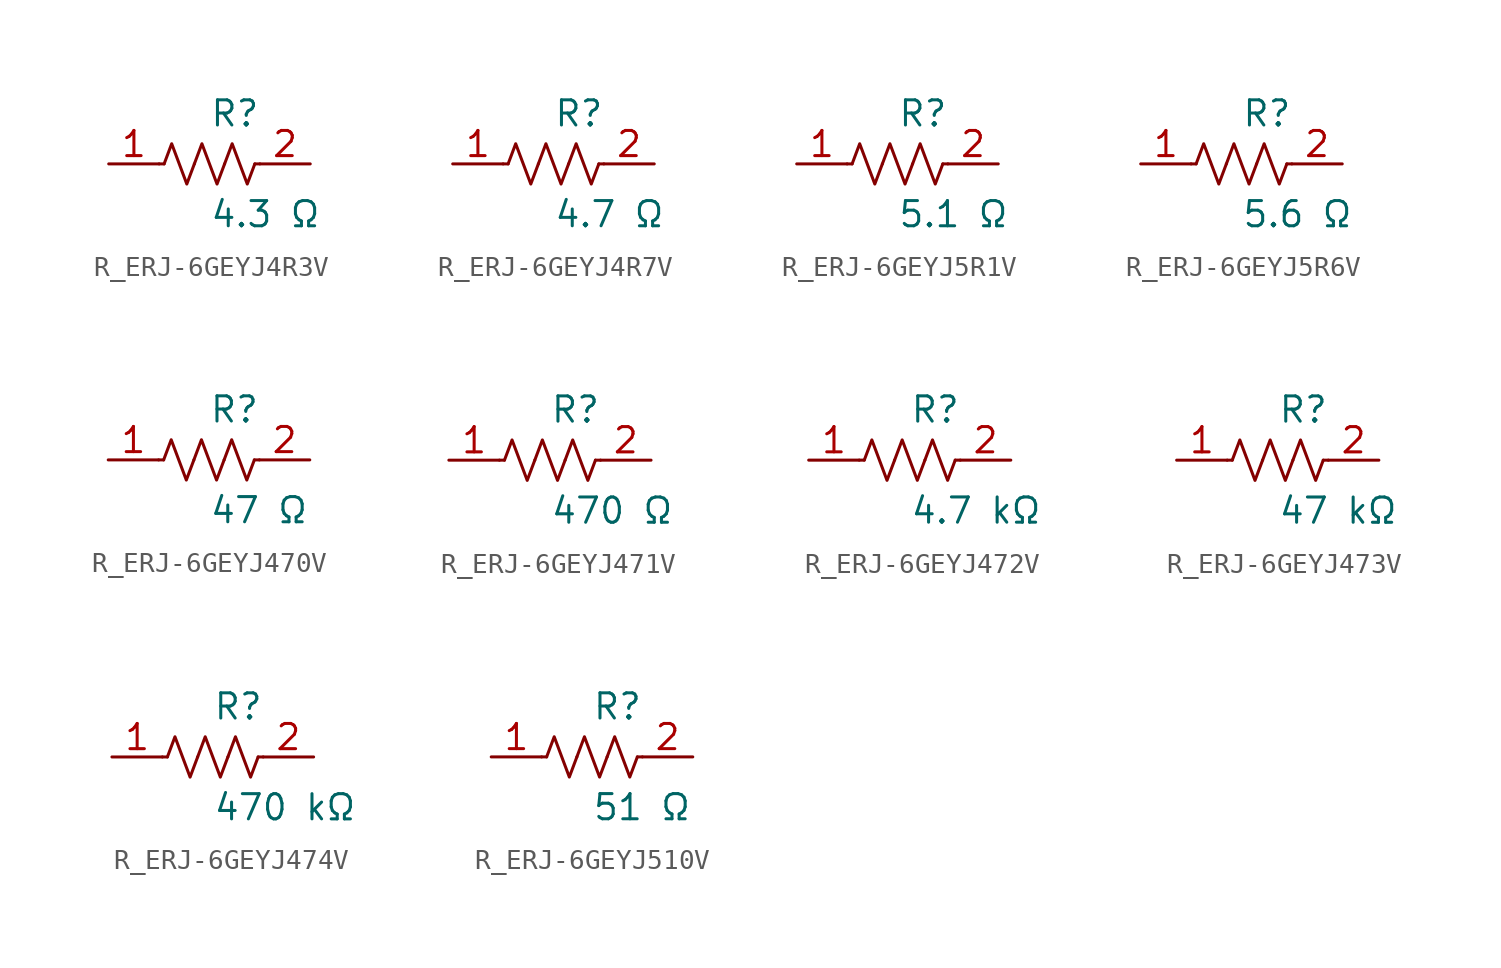
<source format=kicad_sym>
(kicad_symbol_lib
  (version 20231120)
  (generator kicad_symbol_editor)
  (generator_version 8.0)
  (symbol "R_ERJ-6GEYJ4R3V"
    (pin_names
      (offset 0.254))
    (property "Reference" "R"
      (at 0 2.54 0)
      (effects (font (size 1.27 1.27)) (justify left)))
    (property "Value" "4.3 Ω"
      (at 0 -2.54 0)
      (effects (font (size 1.27 1.27)) (justify left)))
    (symbol "R_ERJ-6GEYJ4R3V_0_1"
      (polyline (pts (xy 2.286 0) (xy 2.54 0)) (stroke (width 0) (type default)) (fill (type none)))
      (polyline (pts (xy -2.286 0) (xy -2.54 0)) (stroke (width 0) (type default)) (fill (type none)))
      (polyline (pts (xy 0.762 0) (xy 1.143 1.016) (xy 1.524 0) (xy 1.905 -1.016) (xy 2.286 0)) (stroke (width 0) (type default)) (fill (type none)))
      (polyline (pts (xy -0.762 0) (xy -0.381 1.016) (xy 0 0) (xy 0.381 -1.016) (xy 0.762 0)) (stroke (width 0) (type default)) (fill (type none)))
      (polyline (pts (xy -2.286 0) (xy -1.905 1.016) (xy -1.524 0) (xy -1.143 -1.016) (xy -0.762 0)) (stroke (width 0) (type default)) (fill (type none))))
    (pin passive line
      (at -5.08 0 0)
      (length 2.54)
      (name "" (effects (font (size 1.27 1.27))))
      (number "1" (effects (font (size 1.27 1.27)))))
    (pin passive line
      (at 5.08 0 180)
      (length 2.54)
      (name "" (effects (font (size 1.27 1.27))))
      (number "2" (effects (font (size 1.27 1.27))))))
  (symbol "R_ERJ-6GEYJ4R7V"
    (pin_names
      (offset 0.254))
    (property "Reference" "R"
      (at 0 2.54 0)
      (effects (font (size 1.27 1.27)) (justify left)))
    (property "Value" "4.7 Ω"
      (at 0 -2.54 0)
      (effects (font (size 1.27 1.27)) (justify left)))
    (symbol "R_ERJ-6GEYJ4R7V_0_1"
      (polyline (pts (xy 2.286 0) (xy 2.54 0)) (stroke (width 0) (type default)) (fill (type none)))
      (polyline (pts (xy -2.286 0) (xy -2.54 0)) (stroke (width 0) (type default)) (fill (type none)))
      (polyline (pts (xy 0.762 0) (xy 1.143 1.016) (xy 1.524 0) (xy 1.905 -1.016) (xy 2.286 0)) (stroke (width 0) (type default)) (fill (type none)))
      (polyline (pts (xy -0.762 0) (xy -0.381 1.016) (xy 0 0) (xy 0.381 -1.016) (xy 0.762 0)) (stroke (width 0) (type default)) (fill (type none)))
      (polyline (pts (xy -2.286 0) (xy -1.905 1.016) (xy -1.524 0) (xy -1.143 -1.016) (xy -0.762 0)) (stroke (width 0) (type default)) (fill (type none))))
    (pin passive line
      (at -5.08 0 0)
      (length 2.54)
      (name "" (effects (font (size 1.27 1.27))))
      (number "1" (effects (font (size 1.27 1.27)))))
    (pin passive line
      (at 5.08 0 180)
      (length 2.54)
      (name "" (effects (font (size 1.27 1.27))))
      (number "2" (effects (font (size 1.27 1.27))))))
  (symbol "R_ERJ-6GEYJ5R1V"
    (pin_names
      (offset 0.254))
    (property "Reference" "R"
      (at 0 2.54 0)
      (effects (font (size 1.27 1.27)) (justify left)))
    (property "Value" "5.1 Ω"
      (at 0 -2.54 0)
      (effects (font (size 1.27 1.27)) (justify left)))
    (symbol "R_ERJ-6GEYJ5R1V_0_1"
      (polyline (pts (xy 2.286 0) (xy 2.54 0)) (stroke (width 0) (type default)) (fill (type none)))
      (polyline (pts (xy -2.286 0) (xy -2.54 0)) (stroke (width 0) (type default)) (fill (type none)))
      (polyline (pts (xy 0.762 0) (xy 1.143 1.016) (xy 1.524 0) (xy 1.905 -1.016) (xy 2.286 0)) (stroke (width 0) (type default)) (fill (type none)))
      (polyline (pts (xy -0.762 0) (xy -0.381 1.016) (xy 0 0) (xy 0.381 -1.016) (xy 0.762 0)) (stroke (width 0) (type default)) (fill (type none)))
      (polyline (pts (xy -2.286 0) (xy -1.905 1.016) (xy -1.524 0) (xy -1.143 -1.016) (xy -0.762 0)) (stroke (width 0) (type default)) (fill (type none))))
    (pin passive line
      (at -5.08 0 0)
      (length 2.54)
      (name "" (effects (font (size 1.27 1.27))))
      (number "1" (effects (font (size 1.27 1.27)))))
    (pin passive line
      (at 5.08 0 180)
      (length 2.54)
      (name "" (effects (font (size 1.27 1.27))))
      (number "2" (effects (font (size 1.27 1.27))))))
  (symbol "R_ERJ-6GEYJ5R6V"
    (pin_names
      (offset 0.254))
    (property "Reference" "R"
      (at 0 2.54 0)
      (effects (font (size 1.27 1.27)) (justify left)))
    (property "Value" "5.6 Ω"
      (at 0 -2.54 0)
      (effects (font (size 1.27 1.27)) (justify left)))
    (symbol "R_ERJ-6GEYJ5R6V_0_1"
      (polyline (pts (xy 2.286 0) (xy 2.54 0)) (stroke (width 0) (type default)) (fill (type none)))
      (polyline (pts (xy -2.286 0) (xy -2.54 0)) (stroke (width 0) (type default)) (fill (type none)))
      (polyline (pts (xy 0.762 0) (xy 1.143 1.016) (xy 1.524 0) (xy 1.905 -1.016) (xy 2.286 0)) (stroke (width 0) (type default)) (fill (type none)))
      (polyline (pts (xy -0.762 0) (xy -0.381 1.016) (xy 0 0) (xy 0.381 -1.016) (xy 0.762 0)) (stroke (width 0) (type default)) (fill (type none)))
      (polyline (pts (xy -2.286 0) (xy -1.905 1.016) (xy -1.524 0) (xy -1.143 -1.016) (xy -0.762 0)) (stroke (width 0) (type default)) (fill (type none))))
    (pin passive line
      (at -5.08 0 0)
      (length 2.54)
      (name "" (effects (font (size 1.27 1.27))))
      (number "1" (effects (font (size 1.27 1.27)))))
    (pin passive line
      (at 5.08 0 180)
      (length 2.54)
      (name "" (effects (font (size 1.27 1.27))))
      (number "2" (effects (font (size 1.27 1.27))))))
  (symbol "R_ERJ-6GEYJ470V"
    (pin_names
      (offset 0.254))
    (property "Reference" "R"
      (at 0 2.54 0)
      (effects (font (size 1.27 1.27)) (justify left)))
    (property "Value" "47 Ω"
      (at 0 -2.54 0)
      (effects (font (size 1.27 1.27)) (justify left)))
    (symbol "R_ERJ-6GEYJ470V_0_1"
      (polyline (pts (xy 2.286 0) (xy 2.54 0)) (stroke (width 0) (type default)) (fill (type none)))
      (polyline (pts (xy -2.286 0) (xy -2.54 0)) (stroke (width 0) (type default)) (fill (type none)))
      (polyline (pts (xy 0.762 0) (xy 1.143 1.016) (xy 1.524 0) (xy 1.905 -1.016) (xy 2.286 0)) (stroke (width 0) (type default)) (fill (type none)))
      (polyline (pts (xy -0.762 0) (xy -0.381 1.016) (xy 0 0) (xy 0.381 -1.016) (xy 0.762 0)) (stroke (width 0) (type default)) (fill (type none)))
      (polyline (pts (xy -2.286 0) (xy -1.905 1.016) (xy -1.524 0) (xy -1.143 -1.016) (xy -0.762 0)) (stroke (width 0) (type default)) (fill (type none))))
    (pin passive line
      (at -5.08 0 0)
      (length 2.54)
      (name "" (effects (font (size 1.27 1.27))))
      (number "1" (effects (font (size 1.27 1.27)))))
    (pin passive line
      (at 5.08 0 180)
      (length 2.54)
      (name "" (effects (font (size 1.27 1.27))))
      (number "2" (effects (font (size 1.27 1.27))))))
  (symbol "R_ERJ-6GEYJ471V"
    (pin_names
      (offset 0.254))
    (property "Reference" "R"
      (at 0 2.54 0)
      (effects (font (size 1.27 1.27)) (justify left)))
    (property "Value" "470 Ω"
      (at 0 -2.54 0)
      (effects (font (size 1.27 1.27)) (justify left)))
    (symbol "R_ERJ-6GEYJ471V_0_1"
      (polyline (pts (xy 2.286 0) (xy 2.54 0)) (stroke (width 0) (type default)) (fill (type none)))
      (polyline (pts (xy -2.286 0) (xy -2.54 0)) (stroke (width 0) (type default)) (fill (type none)))
      (polyline (pts (xy 0.762 0) (xy 1.143 1.016) (xy 1.524 0) (xy 1.905 -1.016) (xy 2.286 0)) (stroke (width 0) (type default)) (fill (type none)))
      (polyline (pts (xy -0.762 0) (xy -0.381 1.016) (xy 0 0) (xy 0.381 -1.016) (xy 0.762 0)) (stroke (width 0) (type default)) (fill (type none)))
      (polyline (pts (xy -2.286 0) (xy -1.905 1.016) (xy -1.524 0) (xy -1.143 -1.016) (xy -0.762 0)) (stroke (width 0) (type default)) (fill (type none))))
    (pin passive line
      (at -5.08 0 0)
      (length 2.54)
      (name "" (effects (font (size 1.27 1.27))))
      (number "1" (effects (font (size 1.27 1.27)))))
    (pin passive line
      (at 5.08 0 180)
      (length 2.54)
      (name "" (effects (font (size 1.27 1.27))))
      (number "2" (effects (font (size 1.27 1.27))))))
  (symbol "R_ERJ-6GEYJ472V"
    (pin_names
      (offset 0.254))
    (property "Reference" "R"
      (at 0 2.54 0)
      (effects (font (size 1.27 1.27)) (justify left)))
    (property "Value" "4.7 kΩ"
      (at 0 -2.54 0)
      (effects (font (size 1.27 1.27)) (justify left)))
    (symbol "R_ERJ-6GEYJ472V_0_1"
      (polyline (pts (xy 2.286 0) (xy 2.54 0)) (stroke (width 0) (type default)) (fill (type none)))
      (polyline (pts (xy -2.286 0) (xy -2.54 0)) (stroke (width 0) (type default)) (fill (type none)))
      (polyline (pts (xy 0.762 0) (xy 1.143 1.016) (xy 1.524 0) (xy 1.905 -1.016) (xy 2.286 0)) (stroke (width 0) (type default)) (fill (type none)))
      (polyline (pts (xy -0.762 0) (xy -0.381 1.016) (xy 0 0) (xy 0.381 -1.016) (xy 0.762 0)) (stroke (width 0) (type default)) (fill (type none)))
      (polyline (pts (xy -2.286 0) (xy -1.905 1.016) (xy -1.524 0) (xy -1.143 -1.016) (xy -0.762 0)) (stroke (width 0) (type default)) (fill (type none))))
    (pin passive line
      (at -5.08 0 0)
      (length 2.54)
      (name "" (effects (font (size 1.27 1.27))))
      (number "1" (effects (font (size 1.27 1.27)))))
    (pin passive line
      (at 5.08 0 180)
      (length 2.54)
      (name "" (effects (font (size 1.27 1.27))))
      (number "2" (effects (font (size 1.27 1.27))))))
  (symbol "R_ERJ-6GEYJ473V"
    (pin_names
      (offset 0.254))
    (property "Reference" "R"
      (at 0 2.54 0)
      (effects (font (size 1.27 1.27)) (justify left)))
    (property "Value" "47 kΩ"
      (at 0 -2.54 0)
      (effects (font (size 1.27 1.27)) (justify left)))
    (symbol "R_ERJ-6GEYJ473V_0_1"
      (polyline (pts (xy 2.286 0) (xy 2.54 0)) (stroke (width 0) (type default)) (fill (type none)))
      (polyline (pts (xy -2.286 0) (xy -2.54 0)) (stroke (width 0) (type default)) (fill (type none)))
      (polyline (pts (xy 0.762 0) (xy 1.143 1.016) (xy 1.524 0) (xy 1.905 -1.016) (xy 2.286 0)) (stroke (width 0) (type default)) (fill (type none)))
      (polyline (pts (xy -0.762 0) (xy -0.381 1.016) (xy 0 0) (xy 0.381 -1.016) (xy 0.762 0)) (stroke (width 0) (type default)) (fill (type none)))
      (polyline (pts (xy -2.286 0) (xy -1.905 1.016) (xy -1.524 0) (xy -1.143 -1.016) (xy -0.762 0)) (stroke (width 0) (type default)) (fill (type none))))
    (pin passive line
      (at -5.08 0 0)
      (length 2.54)
      (name "" (effects (font (size 1.27 1.27))))
      (number "1" (effects (font (size 1.27 1.27)))))
    (pin passive line
      (at 5.08 0 180)
      (length 2.54)
      (name "" (effects (font (size 1.27 1.27))))
      (number "2" (effects (font (size 1.27 1.27))))))
  (symbol "R_ERJ-6GEYJ474V"
    (pin_names
      (offset 0.254))
    (property "Reference" "R"
      (at 0 2.54 0)
      (effects (font (size 1.27 1.27)) (justify left)))
    (property "Value" "470 kΩ"
      (at 0 -2.54 0)
      (effects (font (size 1.27 1.27)) (justify left)))
    (symbol "R_ERJ-6GEYJ474V_0_1"
      (polyline (pts (xy 2.286 0) (xy 2.54 0)) (stroke (width 0) (type default)) (fill (type none)))
      (polyline (pts (xy -2.286 0) (xy -2.54 0)) (stroke (width 0) (type default)) (fill (type none)))
      (polyline (pts (xy 0.762 0) (xy 1.143 1.016) (xy 1.524 0) (xy 1.905 -1.016) (xy 2.286 0)) (stroke (width 0) (type default)) (fill (type none)))
      (polyline (pts (xy -0.762 0) (xy -0.381 1.016) (xy 0 0) (xy 0.381 -1.016) (xy 0.762 0)) (stroke (width 0) (type default)) (fill (type none)))
      (polyline (pts (xy -2.286 0) (xy -1.905 1.016) (xy -1.524 0) (xy -1.143 -1.016) (xy -0.762 0)) (stroke (width 0) (type default)) (fill (type none))))
    (pin passive line
      (at -5.08 0 0)
      (length 2.54)
      (name "" (effects (font (size 1.27 1.27))))
      (number "1" (effects (font (size 1.27 1.27)))))
    (pin passive line
      (at 5.08 0 180)
      (length 2.54)
      (name "" (effects (font (size 1.27 1.27))))
      (number "2" (effects (font (size 1.27 1.27))))))
  (symbol "R_ERJ-6GEYJ510V"
    (pin_names
      (offset 0.254))
    (property "Reference" "R"
      (at 0 2.54 0)
      (effects (font (size 1.27 1.27)) (justify left)))
    (property "Value" "51 Ω"
      (at 0 -2.54 0)
      (effects (font (size 1.27 1.27)) (justify left)))
    (symbol "R_ERJ-6GEYJ510V_0_1"
      (polyline (pts (xy 2.286 0) (xy 2.54 0)) (stroke (width 0) (type default)) (fill (type none)))
      (polyline (pts (xy -2.286 0) (xy -2.54 0)) (stroke (width 0) (type default)) (fill (type none)))
      (polyline (pts (xy 0.762 0) (xy 1.143 1.016) (xy 1.524 0) (xy 1.905 -1.016) (xy 2.286 0)) (stroke (width 0) (type default)) (fill (type none)))
      (polyline (pts (xy -0.762 0) (xy -0.381 1.016) (xy 0 0) (xy 0.381 -1.016) (xy 0.762 0)) (stroke (width 0) (type default)) (fill (type none)))
      (polyline (pts (xy -2.286 0) (xy -1.905 1.016) (xy -1.524 0) (xy -1.143 -1.016) (xy -0.762 0)) (stroke (width 0) (type default)) (fill (type none))))
    (pin passive line
      (at -5.08 0 0)
      (length 2.54)
      (name "" (effects (font (size 1.27 1.27))))
      (number "1" (effects (font (size 1.27 1.27)))))
    (pin passive line
      (at 5.08 0 180)
      (length 2.54)
      (name "" (effects (font (size 1.27 1.27))))
      (number "2" (effects (font (size 1.27 1.27)))))))
</source>
